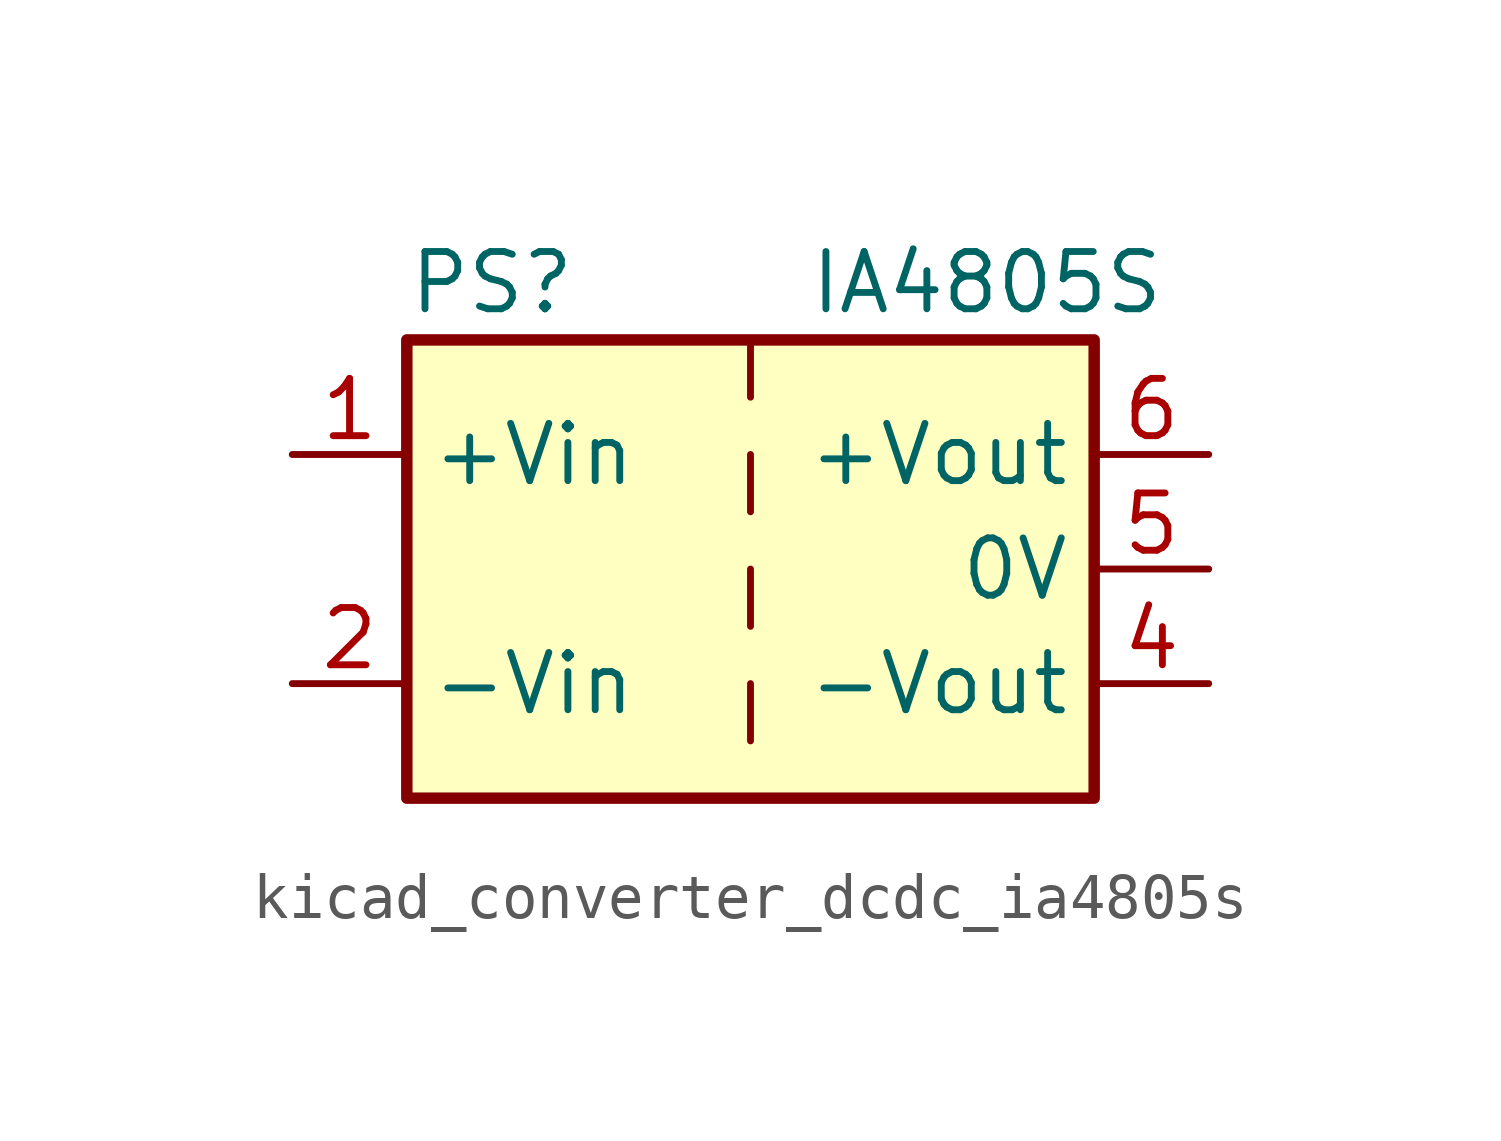
<source format=kicad_sym>
(kicad_symbol_lib
  (version 20220914)
  (generator kicad_symbol_editor)
  (symbol "kicad_converter_dcdc_ia4805s"
    (property "Reference" "PS"
      (at -7.62 6.35 0)
      (effects (font (size 1.27 1.27)) (justify left)))
    (property "Value" "IA4805S"
      (at 1.27 6.35 0)
      (effects (font (size 1.27 1.27)) (justify left)))
    (symbol "kicad_converter_dcdc_ia4805s_0_0"
      (pin power_in line (at -10.16 2.54 0) (length 2.54) (name "+Vin" (effects (font (size 1.27 1.27)))) (number "1" (effects (font (size 1.27 1.27)))))
      (pin power_in line (at -10.16 -2.54 0) (length 2.54) (name "-Vin" (effects (font (size 1.27 1.27)))) (number "2" (effects (font (size 1.27 1.27)))))
      (pin power_out line (at 10.16 -2.54 180) (length 2.54) (name "-Vout" (effects (font (size 1.27 1.27)))) (number "4" (effects (font (size 1.27 1.27)))))
      (pin power_out line (at 10.16 0 180) (length 2.54) (name "0V" (effects (font (size 1.27 1.27)))) (number "5" (effects (font (size 1.27 1.27)))))
      (pin power_out line (at 10.16 2.54 180) (length 2.54) (name "+Vout" (effects (font (size 1.27 1.27)))) (number "6" (effects (font (size 1.27 1.27))))))
    (symbol "kicad_converter_dcdc_ia4805s_0_1"
      (rectangle (start -7.62 5.08) (end 7.62 -5.08) (stroke (width 0.254) (type default)) (fill (type background)))
      (polyline (pts (xy 0 -2.54) (xy 0 -3.81)) (stroke (width 0) (type default)) (fill (type none)))
      (polyline (pts (xy 0 0) (xy 0 -1.27)) (stroke (width 0) (type default)) (fill (type none)))
      (polyline (pts (xy 0 2.54) (xy 0 1.27)) (stroke (width 0) (type default)) (fill (type none)))
      (polyline (pts (xy 0 5.08) (xy 0 3.81)) (stroke (width 0) (type default)) (fill (type none))))))
</source>
